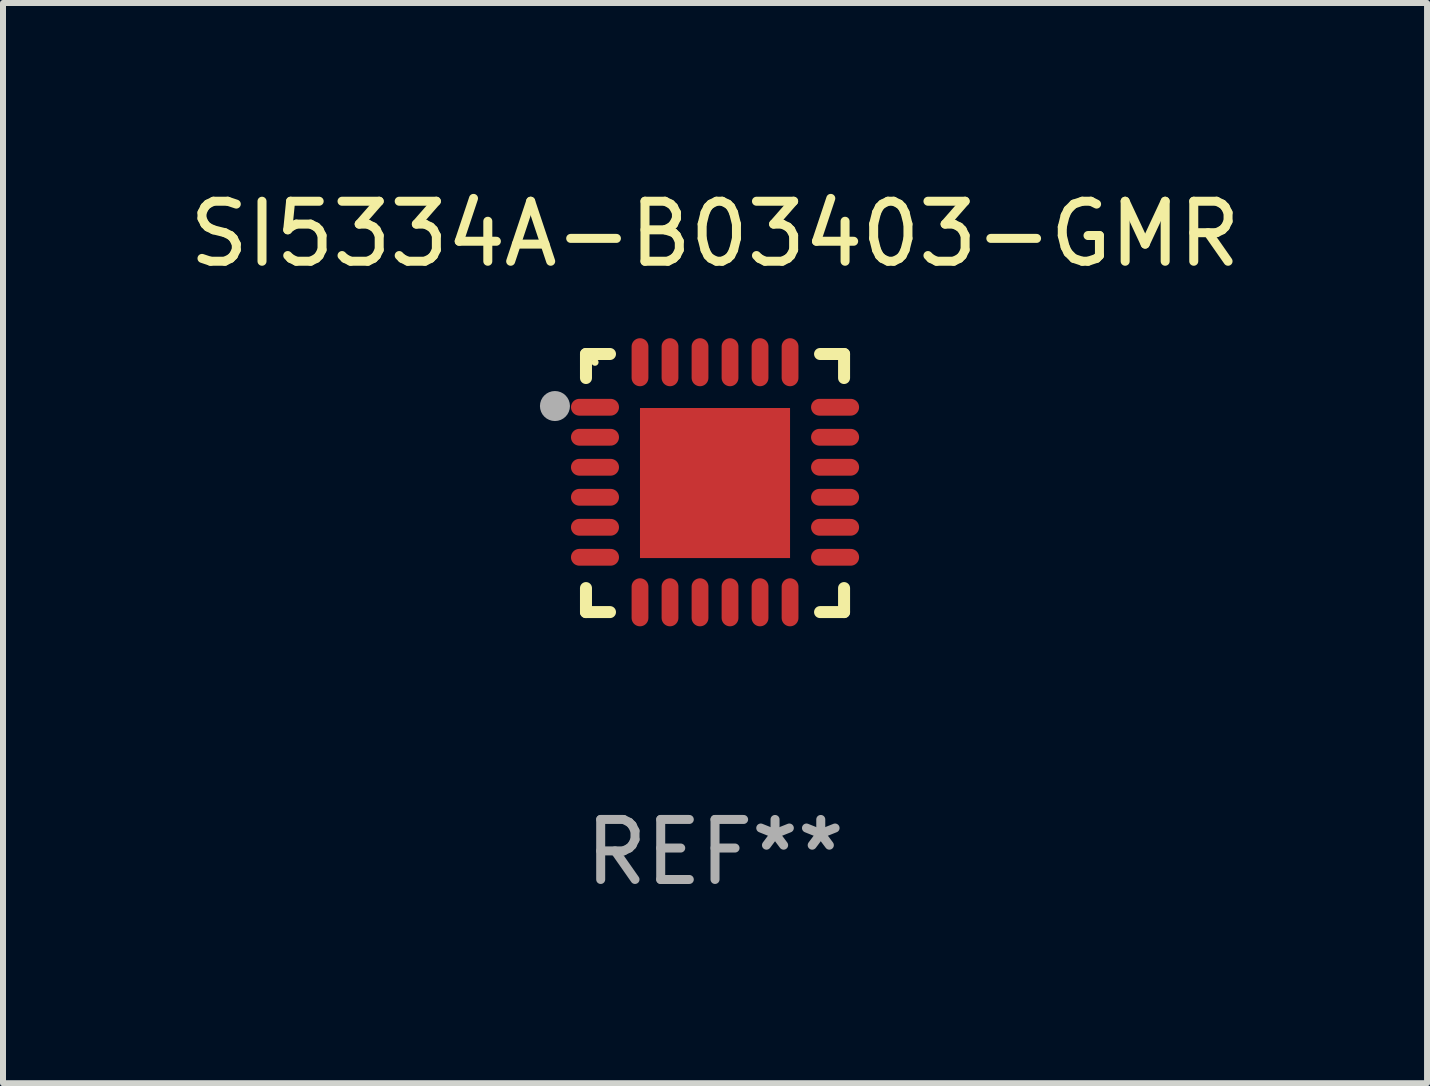
<source format=kicad_pcb>
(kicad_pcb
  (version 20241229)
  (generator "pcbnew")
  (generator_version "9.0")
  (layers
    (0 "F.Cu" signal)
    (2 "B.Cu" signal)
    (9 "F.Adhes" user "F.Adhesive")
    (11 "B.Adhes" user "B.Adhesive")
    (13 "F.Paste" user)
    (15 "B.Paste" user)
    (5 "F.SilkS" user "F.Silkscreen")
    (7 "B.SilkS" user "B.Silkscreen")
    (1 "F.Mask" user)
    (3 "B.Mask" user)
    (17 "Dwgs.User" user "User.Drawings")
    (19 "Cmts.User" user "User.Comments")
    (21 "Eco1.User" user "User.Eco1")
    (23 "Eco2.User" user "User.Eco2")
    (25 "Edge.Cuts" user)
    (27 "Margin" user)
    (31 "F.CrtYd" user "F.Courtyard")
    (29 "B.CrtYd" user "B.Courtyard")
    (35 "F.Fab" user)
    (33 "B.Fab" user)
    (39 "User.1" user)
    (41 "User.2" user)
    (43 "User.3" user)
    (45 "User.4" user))
  (footprint "SI5334A-B03403-GMR"
    (layer "F.Cu")
    (at 8.863 4.998)
    (property "Reference" "SI5334A-B03403-GMR" (at 0 -4.15 0) (layer "F.SilkS") (effects (font (size 1 1) (thickness 0.15))))
    (attr through_hole)
    (fp_line (start -2.15 -2.15) (end -1.75 -2.15) (stroke (width 0.2) (type solid)) (layer "F.SilkS"))
    (fp_line (start -2.15 -1.75) (end -2.15 -2.15) (stroke (width 0.2) (type solid)) (layer "F.SilkS"))
    (fp_line (start -2.15 2.15) (end -2.15 1.75) (stroke (width 0.2) (type solid)) (layer "F.SilkS"))
    (fp_line (start -1.75 2.15) (end -2.15 2.15) (stroke (width 0.2) (type solid)) (layer "F.SilkS"))
    (fp_line (start 1.75 -2.15) (end 2.15 -2.15) (stroke (width 0.2) (type solid)) (layer "F.SilkS"))
    (fp_line (start 1.75 2.15) (end 2.15 2.15) (stroke (width 0.2) (type solid)) (layer "F.SilkS"))
    (fp_line (start 2.15 -2.15) (end 2.15 -1.75) (stroke (width 0.2) (type solid)) (layer "F.SilkS"))
    (fp_line (start 2.15 2.15) (end 2.15 1.75) (stroke (width 0.2) (type solid)) (layer "F.SilkS"))
    (fp_circle (center -2 -2.013) (end -1.97 -2.013) (stroke (width 0.06) (type solid)) (fill no) (layer "F.SilkS"))
    (fp_circle (center -2.667 -1.283) (end -2.542 -1.283) (stroke (width 0.25) (type solid)) (fill no) (layer "F.Fab"))
    (fp_text user "REF**" (at 0 6.15 0) (layer "F.Fab") (effects (font (size 1 1) (thickness 0.15))))
    (pad "1" smd oval (at -2 -1.263) (size 0.8 0.28) (layers "F.Cu" "F.Mask" "F.Paste"))
    (pad "2" smd oval (at -2 -0.763) (size 0.8 0.28) (layers "F.Cu" "F.Mask" "F.Paste"))
    (pad "3" smd oval (at -2 -0.263) (size 0.8 0.28) (layers "F.Cu" "F.Mask" "F.Paste"))
    (pad "4" smd oval (at -2 0.237) (size 0.8 0.28) (layers "F.Cu" "F.Mask" "F.Paste"))
    (pad "5" smd oval (at -2 0.737) (size 0.8 0.28) (layers "F.Cu" "F.Mask" "F.Paste"))
    (pad "6" smd oval (at -2 1.237) (size 0.8 0.28) (layers "F.Cu" "F.Mask" "F.Paste"))
    (pad "7" smd oval (at -1.25 1.987) (size 0.28 0.8) (layers "F.Cu" "F.Mask" "F.Paste"))
    (pad "8" smd oval (at -0.75 1.987) (size 0.28 0.8) (layers "F.Cu" "F.Mask" "F.Paste"))
    (pad "9" smd oval (at -0.25 1.987) (size 0.28 0.8) (layers "F.Cu" "F.Mask" "F.Paste"))
    (pad "10" smd oval (at 0.25 1.987) (size 0.28 0.8) (layers "F.Cu" "F.Mask" "F.Paste"))
    (pad "11" smd oval (at 0.75 1.987) (size 0.28 0.8) (layers "F.Cu" "F.Mask" "F.Paste"))
    (pad "12" smd oval (at 1.25 1.987) (size 0.28 0.8) (layers "F.Cu" "F.Mask" "F.Paste"))
    (pad "13" smd oval (at 2 1.237) (size 0.8 0.28) (layers "F.Cu" "F.Mask" "F.Paste"))
    (pad "14" smd oval (at 2 0.737) (size 0.8 0.28) (layers "F.Cu" "F.Mask" "F.Paste"))
    (pad "15" smd oval (at 2 0.237) (size 0.8 0.28) (layers "F.Cu" "F.Mask" "F.Paste"))
    (pad "16" smd oval (at 2 -0.263) (size 0.8 0.28) (layers "F.Cu" "F.Mask" "F.Paste"))
    (pad "17" smd oval (at 2 -0.763) (size 0.8 0.28) (layers "F.Cu" "F.Mask" "F.Paste"))
    (pad "18" smd oval (at 2 -1.263) (size 0.8 0.28) (layers "F.Cu" "F.Mask" "F.Paste"))
    (pad "19" smd oval (at 1.25 -2.013) (size 0.28 0.8) (layers "F.Cu" "F.Mask" "F.Paste"))
    (pad "20" smd oval (at 0.75 -2.013) (size 0.28 0.8) (layers "F.Cu" "F.Mask" "F.Paste"))
    (pad "21" smd oval (at 0.25 -2.013) (size 0.28 0.8) (layers "F.Cu" "F.Mask" "F.Paste"))
    (pad "22" smd oval (at -0.25 -2.013) (size 0.28 0.8) (layers "F.Cu" "F.Mask" "F.Paste"))
    (pad "23" smd oval (at -0.75 -2.013) (size 0.28 0.8) (layers "F.Cu" "F.Mask" "F.Paste"))
    (pad "24" smd oval (at -1.25 -2.013) (size 0.28 0.8) (layers "F.Cu" "F.Mask" "F.Paste"))
    (pad "25" smd rect (at -0.000127 -0.00014) (size 2.5 2.5) (layers "F.Cu" "F.Mask" "F.Paste")))
  (gr_rect
    (start -3 -3)
    (end 20.726 14.997)
    (stroke (width 0.1) (type default))
    (fill no)
    (layer "Edge.Cuts")))
</source>
